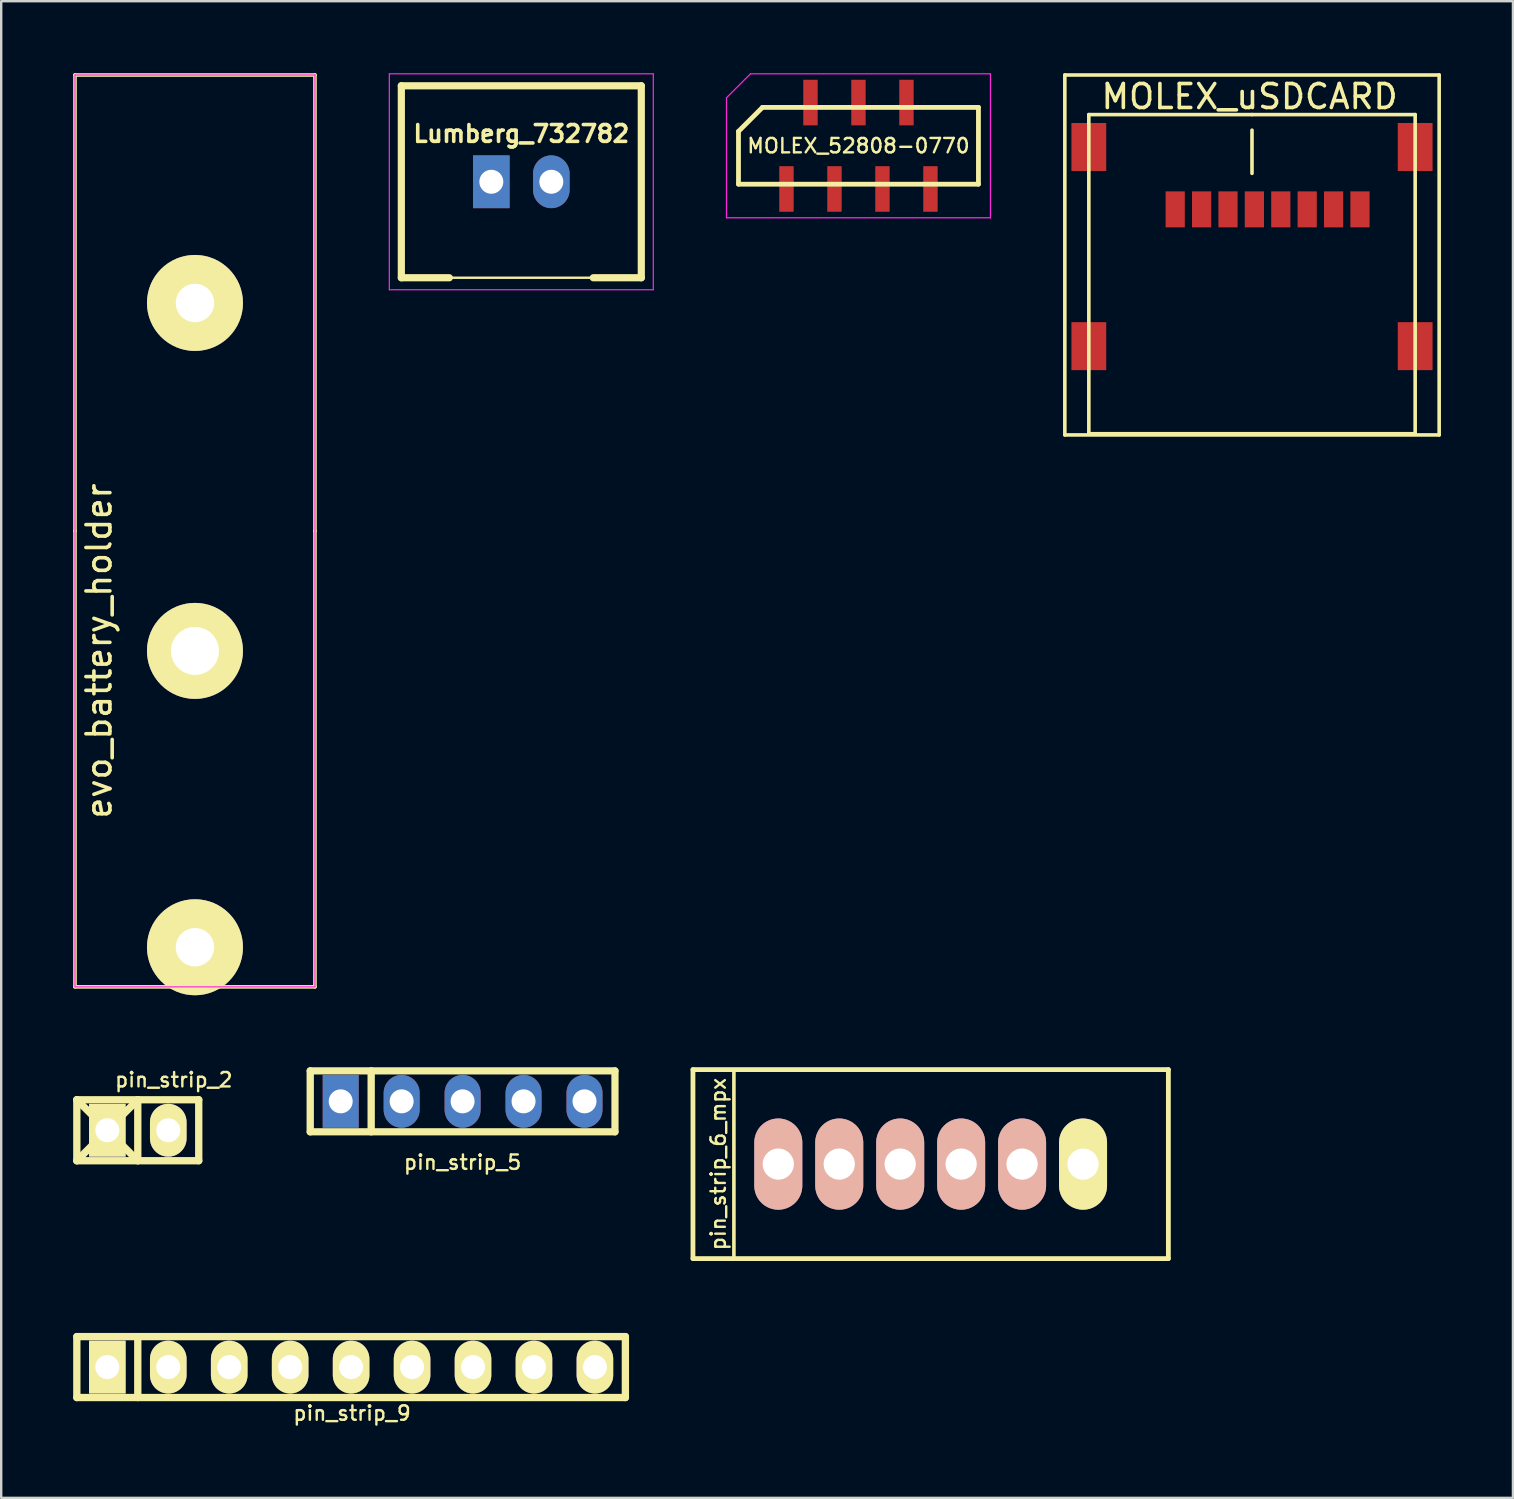
<source format=kicad_pcb>
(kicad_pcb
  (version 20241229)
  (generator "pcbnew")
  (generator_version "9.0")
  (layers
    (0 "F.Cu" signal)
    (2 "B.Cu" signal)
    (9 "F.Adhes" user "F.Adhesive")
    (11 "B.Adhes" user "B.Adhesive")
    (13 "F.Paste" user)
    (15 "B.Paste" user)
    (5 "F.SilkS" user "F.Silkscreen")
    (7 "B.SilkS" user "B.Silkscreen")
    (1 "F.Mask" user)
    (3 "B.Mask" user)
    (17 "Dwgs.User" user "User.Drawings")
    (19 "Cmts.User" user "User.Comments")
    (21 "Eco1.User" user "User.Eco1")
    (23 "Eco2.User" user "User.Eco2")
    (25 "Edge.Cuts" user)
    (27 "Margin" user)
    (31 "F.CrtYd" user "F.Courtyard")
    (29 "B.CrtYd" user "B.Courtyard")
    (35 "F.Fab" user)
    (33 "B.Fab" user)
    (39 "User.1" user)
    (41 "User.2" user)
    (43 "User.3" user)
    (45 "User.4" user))
  (footprint "pin_strip_9"
    (layer "F.Cu")
    (at 11.582 53.921)
    (property "Reference" "pin_strip_9" (at 0.039 1.923 0) (layer "F.SilkS") (effects (font (size 0.6 0.6) (thickness 0.1))))
    (attr through_hole)
    (fp_line (start -11.43 -1.27) (end 11.43 -1.27) (stroke (width 0.305) (type solid)) (layer "F.SilkS"))
    (fp_line (start -11.43 1.27) (end -11.43 -1.27) (stroke (width 0.305) (type solid)) (layer "F.SilkS"))
    (fp_line (start -8.89 -1.27) (end -8.89 1.27) (stroke (width 0.305) (type solid)) (layer "F.SilkS"))
    (fp_line (start 11.43 -1.27) (end 11.43 1.27) (stroke (width 0.305) (type solid)) (layer "F.SilkS"))
    (fp_line (start 11.43 1.27) (end -11.43 1.27) (stroke (width 0.305) (type solid)) (layer "F.SilkS"))
    (pad "1" thru_hole rect (at -10.16 0) (size 1.524 2.2) (drill 1.001) (layers "*.Cu" "*.Mask" "F.SilkS"))
    (pad "2" thru_hole oval (at -7.62 0) (size 1.524 2.2) (drill 1.001) (layers "*.Cu" "*.Mask" "F.SilkS"))
    (pad "3" thru_hole oval (at -5.08 0) (size 1.524 2.2) (drill 1.001) (layers "*.Cu" "*.Mask" "F.SilkS"))
    (pad "4" thru_hole oval (at -2.54 0) (size 1.524 2.2) (drill 1.001) (layers "*.Cu" "*.Mask" "F.SilkS"))
    (pad "5" thru_hole oval (at 0 0) (size 1.524 2.2) (drill 1.001) (layers "*.Cu" "*.Mask" "F.SilkS"))
    (pad "6" thru_hole oval (at 2.54 0) (size 1.524 2.2) (drill 1.001) (layers "*.Cu" "*.Mask" "F.SilkS"))
    (pad "7" thru_hole oval (at 5.08 0) (size 1.524 2.2) (drill 1.001) (layers "*.Cu" "*.Mask" "F.SilkS"))
    (pad "8" thru_hole oval (at 7.62 0) (size 1.524 2.2) (drill 1.001) (layers "*.Cu" "*.Mask" "F.SilkS"))
    (pad "9" thru_hole oval (at 10.16 0) (size 1.524 2.2) (drill 1.001) (layers "*.Cu" "*.Mask" "F.SilkS")))
  (footprint "pin_strip_5"
    (layer "F.Cu")
    (at 16.228 42.847)
    (property "Reference" "pin_strip_5" (at 0 2.54 0) (layer "F.SilkS") (effects (font (size 0.6 0.6) (thickness 0.1))))
    (attr through_hole)
    (fp_line (start -6.35 -1.27) (end 6.35 -1.27) (stroke (width 0.3) (type solid)) (layer "F.SilkS"))
    (fp_line (start -6.35 1.27) (end -6.35 -1.27) (stroke (width 0.305) (type solid)) (layer "F.SilkS"))
    (fp_line (start -6.35 1.27) (end 6.35 1.27) (stroke (width 0.3) (type solid)) (layer "F.SilkS"))
    (fp_line (start -3.81 -1.27) (end -3.81 1.27) (stroke (width 0.305) (type solid)) (layer "F.SilkS"))
    (fp_line (start 6.35 -1.27) (end 6.35 1.27) (stroke (width 0.3) (type solid)) (layer "F.SilkS"))
    (pad "1" thru_hole rect (at -5.08 0) (size 1.5 2.2) (drill 1) (layers "*.Cu" "*.Mask"))
    (pad "2" thru_hole oval (at -2.54 0) (size 1.5 2.2) (drill 1) (layers "*.Cu" "*.Mask"))
    (pad "3" thru_hole oval (at 0 0) (size 1.5 2.2) (drill 1) (layers "*.Cu" "*.Mask"))
    (pad "4" thru_hole oval (at 2.54 0) (size 1.5 2.2) (drill 1) (layers "*.Cu" "*.Mask"))
    (pad "5" thru_hole oval (at 5.08 0) (size 1.5 2.2) (drill 1) (layers "*.Cu" "*.Mask")))
  (footprint "MOLEX_52808-0770"
    (layer "F.Cu")
    (at 32.725 3.025)
    (property "Reference" "MOLEX_52808-0770" (at 0 0 0) (layer "F.SilkS") (effects (font (size 0.6 0.6) (thickness 0.1))))
    (attr through_hole)
    (fp_line (start -5 -0.6) (end -4 -1.6) (stroke (width 0.2) (type solid)) (layer "F.SilkS"))
    (fp_line (start -5 1.6) (end -5 -0.6) (stroke (width 0.2) (type solid)) (layer "F.SilkS"))
    (fp_line (start -5 1.6) (end 5 1.6) (stroke (width 0.2) (type solid)) (layer "F.SilkS"))
    (fp_line (start -4 -1.6) (end 5 -1.6) (stroke (width 0.2) (type solid)) (layer "F.SilkS"))
    (fp_line (start 5 -1.6) (end 5 1.6) (stroke (width 0.2) (type solid)) (layer "F.SilkS"))
    (fp_line (start -5.5 3) (end -5.5 -2) (stroke (width 0.05) (type solid)) (layer "F.CrtYd"))
    (fp_line (start -5.5 3) (end 5.5 3) (stroke (width 0.05) (type solid)) (layer "F.CrtYd"))
    (fp_line (start -4.5 -3) (end -5.5 -2) (stroke (width 0.05) (type solid)) (layer "F.CrtYd"))
    (fp_line (start -4.5 -3) (end 5.5 -3) (stroke (width 0.05) (type solid)) (layer "F.CrtYd"))
    (fp_line (start 5.5 -3) (end 5.5 3) (stroke (width 0.05) (type solid)) (layer "F.CrtYd"))
    (pad "1" smd rect (at -3 1.8) (size 0.6 1.9) (layers "F.Cu" "F.Mask"))
    (pad "2" smd rect (at -2 -1.8) (size 0.6 1.9) (layers "F.Cu" "F.Mask"))
    (pad "3" smd rect (at -1 1.8) (size 0.6 1.9) (layers "F.Cu" "F.Mask"))
    (pad "4" smd rect (at 0 -1.8) (size 0.6 1.9) (layers "F.Cu" "F.Mask"))
    (pad "5" smd rect (at 1 1.8) (size 0.6 1.9) (layers "F.Cu" "F.Mask"))
    (pad "6" smd rect (at 2 -1.8) (size 0.6 1.9) (layers "F.Cu" "F.Mask"))
    (pad "7" smd rect (at 3 1.8) (size 0.6 1.9) (layers "F.Cu" "F.Mask")))
  (footprint "MOLEX_uSDCARD"
    (layer "F.Cu")
    (at 49.125 3.275)
    (property "Reference" "MOLEX_uSDCARD" (at -0.1 -2.3 0) (layer "F.SilkS") (effects (font (size 1 1) (thickness 0.15))))
    (attr through_hole)
    (fp_line (start -7.8 -3.2) (end 7.8 -3.2) (stroke (width 0.15) (type solid)) (layer "F.SilkS"))
    (fp_line (start -7.8 11.8) (end -7.8 -3.2) (stroke (width 0.15) (type solid)) (layer "F.SilkS"))
    (fp_line (start -7.8 11.8) (end 7.8 11.8) (stroke (width 0.15) (type solid)) (layer "F.SilkS"))
    (fp_line (start -6.8 -1.55) (end -6.8 11.75) (stroke (width 0.15) (type solid)) (layer "F.SilkS"))
    (fp_line (start 0 -1.55) (end -6.8 -1.55) (stroke (width 0.15) (type solid)) (layer "F.SilkS"))
    (fp_line (start 0 -1.55) (end 6.8 -1.55) (stroke (width 0.15) (type solid)) (layer "F.SilkS"))
    (fp_line (start 0 -0.9) (end 0 0.9) (stroke (width 0.15) (type solid)) (layer "F.SilkS"))
    (fp_line (start 6.8 -1.55) (end 6.8 11.75) (stroke (width 0.15) (type solid)) (layer "F.SilkS"))
    (fp_line (start 6.8 11.75) (end -6.8 11.75) (stroke (width 0.15) (type solid)) (layer "F.SilkS"))
    (fp_line (start 7.8 11.8) (end 7.8 -3.2) (stroke (width 0.15) (type solid)) (layer "F.SilkS"))
    (pad "1" smd rect (at -3.2 2.4) (size 0.8 1.5) (layers "F.Cu" "F.Mask" "F.Paste"))
    (pad "2" smd rect (at -2.1 2.4) (size 0.8 1.5) (layers "F.Cu" "F.Mask" "F.Paste"))
    (pad "3" smd rect (at -1 2.4) (size 0.8 1.5) (layers "F.Cu" "F.Mask" "F.Paste"))
    (pad "4" smd rect (at 0.1 2.4) (size 0.8 1.5) (layers "F.Cu" "F.Mask" "F.Paste"))
    (pad "5" smd rect (at 1.2 2.4) (size 0.8 1.5) (layers "F.Cu" "F.Mask" "F.Paste"))
    (pad "6" smd rect (at 2.3 2.4) (size 0.8 1.5) (layers "F.Cu" "F.Mask" "F.Paste"))
    (pad "7" smd rect (at 3.4 2.4) (size 0.8 1.5) (layers "F.Cu" "F.Mask" "F.Paste"))
    (pad "8" smd rect (at 4.5 2.4) (size 0.8 1.5) (layers "F.Cu" "F.Mask" "F.Paste"))
    (pad "9" smd rect (at -6.8 -0.2) (size 1.45 2) (layers "F.Cu" "F.Mask" "F.Paste"))
    (pad "9" smd rect (at -6.8 8.1) (size 1.45 2) (layers "F.Cu" "F.Mask" "F.Paste"))
    (pad "9" smd rect (at 6.8 -0.2) (size 1.45 2) (layers "F.Cu" "F.Mask" "F.Paste"))
    (pad "9" smd rect (at 6.8 8.1) (size 1.45 2) (layers "F.Cu" "F.Mask" "F.Paste")))
  (footprint "evo_battery_holder"
    (layer "F.Cu")
    (at 5.075 24.075)
    (property "Reference" "evo_battery_holder" (at -4 0 90) (layer "F.SilkS") (effects (font (size 1 1) (thickness 0.15))))
    (attr through_hole)
    (fp_line (start -5 -24) (end 5 -24) (stroke (width 0.15) (type solid)) (layer "F.SilkS"))
    (fp_line (start -5 -5) (end -5 -24) (stroke (width 0.15) (type solid)) (layer "F.SilkS"))
    (fp_line (start -5 -5) (end -5 14) (stroke (width 0.15) (type solid)) (layer "F.SilkS"))
    (fp_line (start -5 14) (end 5 14) (stroke (width 0.15) (type solid)) (layer "F.SilkS"))
    (fp_line (start 5 -24) (end 5 -5) (stroke (width 0.15) (type solid)) (layer "F.SilkS"))
    (fp_line (start 5 -5) (end 5 14) (stroke (width 0.15) (type solid)) (layer "F.SilkS"))
    (fp_line (start -5 -24) (end -5 14) (stroke (width 0.05) (type solid)) (layer "F.CrtYd"))
    (fp_line (start -5 -24) (end 5 -24) (stroke (width 0.05) (type solid)) (layer "F.CrtYd"))
    (fp_line (start -5 14) (end 5 14) (stroke (width 0.05) (type solid)) (layer "F.CrtYd"))
    (fp_line (start 5 -24) (end 5 14) (stroke (width 0.05) (type solid)) (layer "F.CrtYd"))
    (pad "" thru_hole circle (at 0 -14.5) (size 4 4) (drill 1.6) (layers "*.Cu" "*.Mask" "F.SilkS"))
    (pad "" thru_hole circle (at 0 12.35) (size 4 4) (drill 1.6) (layers "*.Cu" "*.Mask" "F.SilkS"))
    (pad "1" thru_hole circle (at 0 0) (size 4 4) (drill 2) (layers "*.Cu" "*.Mask" "F.SilkS")))
  (footprint "pin_strip_6_mpx"
    (layer "F.Cu")
    (at 35.734 45.462)
    (property "Reference" "pin_strip_6_mpx" (at -8.85 0 90) (layer "F.SilkS") (effects (font (size 0.6 0.6) (thickness 0.1))))
    (attr through_hole)
    (fp_line (start -9.906 -3.937) (end 9.906 -3.937) (stroke (width 0.2) (type solid)) (layer "F.SilkS"))
    (fp_line (start -9.906 3.937) (end -9.906 -3.937) (stroke (width 0.2) (type solid)) (layer "F.SilkS"))
    (fp_line (start -8.2 -3.9) (end -8.2 3.9) (stroke (width 0.15) (type solid)) (layer "F.SilkS"))
    (fp_line (start 9.906 -3.937) (end 9.906 3.937) (stroke (width 0.2) (type solid)) (layer "F.SilkS"))
    (fp_line (start 9.906 3.937) (end -9.906 3.937) (stroke (width 0.2) (type solid)) (layer "F.SilkS"))
    (pad "1" thru_hole oval (at -6.35 0) (size 2 3.8) (drill 1.3) (layers "*.Cu" "*.Mask" "B.SilkS"))
    (pad "2" thru_hole oval (at -3.81 0) (size 2 3.8) (drill 1.3) (layers "*.Cu" "*.Mask" "B.SilkS"))
    (pad "3" thru_hole oval (at -1.27 0) (size 2 3.8) (drill 1.3) (layers "*.Cu" "*.Mask" "B.SilkS"))
    (pad "4" thru_hole oval (at 1.27 0) (size 2 3.8) (drill 1.3) (layers "*.Cu" "*.Mask" "B.SilkS"))
    (pad "5" thru_hole oval (at 3.81 0) (size 2 3.8) (drill 1.3) (layers "*.Cu" "*.Mask" "B.SilkS"))
    (pad "6" thru_hole oval (at 6.35 0) (size 2 3.8) (drill 1.3) (layers "*.Cu" "*.Mask" "F.SilkS")))
  (footprint "pin_strip_2"
    (layer "F.Cu")
    (at 2.692 44.051)
    (property "Reference" "pin_strip_2" (at 1.5 -2.1 0) (layer "F.SilkS") (effects (font (size 0.6 0.6) (thickness 0.1))))
    (attr through_hole)
    (fp_line (start -2.54 -1.27) (end 2.54 -1.27) (stroke (width 0.305) (type solid)) (layer "F.SilkS"))
    (fp_line (start -2.54 1.27) (end -2.54 -1.27) (stroke (width 0.305) (type solid)) (layer "F.SilkS"))
    (fp_line (start -2.54 1.27) (end 0 -1.27) (stroke (width 0.305) (type solid)) (layer "F.SilkS"))
    (fp_line (start 0 -1.27) (end 0 1.27) (stroke (width 0.305) (type solid)) (layer "F.SilkS"))
    (fp_line (start 0 1.27) (end -2.54 -1.27) (stroke (width 0.305) (type solid)) (layer "F.SilkS"))
    (fp_line (start 2.54 -1.27) (end 2.54 1.27) (stroke (width 0.305) (type solid)) (layer "F.SilkS"))
    (fp_line (start 2.54 1.27) (end -2.54 1.27) (stroke (width 0.305) (type solid)) (layer "F.SilkS"))
    (pad "1" thru_hole rect (at -1.27 0) (size 1.524 2.2) (drill 1.001) (layers "*.Cu" "*.Mask" "F.SilkS"))
    (pad "2" thru_hole oval (at 1.27 0) (size 1.524 2.2) (drill 1.001) (layers "*.Cu" "*.Mask" "F.SilkS")))
  (footprint "Lumberg_732782"
    (layer "F.Cu")
    (at 18.675 4.525)
    (property "Reference" "Lumberg_732782" (at 0 -2 0) (layer "F.SilkS") (effects (font (size 0.7 0.7) (thickness 0.15))))
    (attr through_hole)
    (fp_line (start -5 -4) (end 5 -4) (stroke (width 0.3) (type solid)) (layer "F.SilkS"))
    (fp_line (start -5 4) (end -5 -4) (stroke (width 0.3) (type solid)) (layer "F.SilkS"))
    (fp_line (start -5 4) (end -3 4) (stroke (width 0.3) (type solid)) (layer "F.SilkS"))
    (fp_line (start -3 4) (end 3 4) (stroke (width 0.1) (type solid)) (layer "F.SilkS"))
    (fp_line (start 3 4) (end 5 4) (stroke (width 0.3) (type solid)) (layer "F.SilkS"))
    (fp_line (start 5 -4) (end 5 4) (stroke (width 0.3) (type solid)) (layer "F.SilkS"))
    (fp_line (start -5.5 -4.5) (end -5.5 4.5) (stroke (width 0.05) (type solid)) (layer "F.CrtYd"))
    (fp_line (start -5.5 -4.5) (end 5.5 -4.5) (stroke (width 0.05) (type solid)) (layer "F.CrtYd"))
    (fp_line (start -5.5 4.5) (end 5.5 4.5) (stroke (width 0.05) (type solid)) (layer "F.CrtYd"))
    (fp_line (start 5.5 -4.5) (end 5.5 4.5) (stroke (width 0.05) (type solid)) (layer "F.CrtYd"))
    (pad "1" thru_hole rect (at -1.25 0) (size 1.524 2.2) (drill 1) (layers "*.Cu" "*.Mask"))
    (pad "2" thru_hole oval (at 1.25 0) (size 1.524 2.2) (drill 1) (layers "*.Cu" "*.Mask")))
  (gr_rect
    (start -3 -3)
    (end 60 59.371)
    (stroke (width 0.1) (type default))
    (fill no)
    (layer "Edge.Cuts")))
</source>
